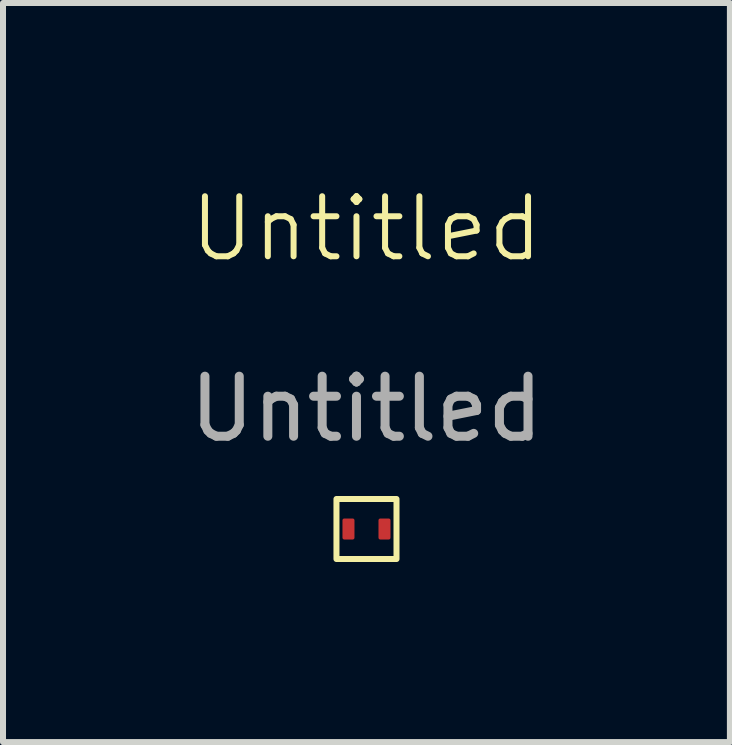
<source format=kicad_pcb>
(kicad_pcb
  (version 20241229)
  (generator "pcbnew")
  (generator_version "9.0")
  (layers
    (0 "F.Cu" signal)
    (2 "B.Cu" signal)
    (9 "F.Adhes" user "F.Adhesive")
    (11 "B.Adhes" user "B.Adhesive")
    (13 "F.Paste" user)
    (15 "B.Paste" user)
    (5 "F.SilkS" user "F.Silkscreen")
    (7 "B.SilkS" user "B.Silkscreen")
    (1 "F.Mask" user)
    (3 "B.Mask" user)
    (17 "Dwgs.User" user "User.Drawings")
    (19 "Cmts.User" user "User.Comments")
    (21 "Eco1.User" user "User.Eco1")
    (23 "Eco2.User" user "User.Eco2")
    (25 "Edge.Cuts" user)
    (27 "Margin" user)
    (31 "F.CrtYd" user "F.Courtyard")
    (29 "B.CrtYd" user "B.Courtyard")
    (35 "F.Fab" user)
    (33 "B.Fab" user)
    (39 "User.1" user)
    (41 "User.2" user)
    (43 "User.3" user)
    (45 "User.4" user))
  (footprint "Untitled"
    (layer "F.Cu")
    (at 3.054 5.761)
    (property "Reference" "Untitled" (at 0 -5 0) (unlocked yes) (layer "F.SilkS") (effects (font (size 1 1) (thickness 0.1))))
    (attr smd)
    (fp_rect (start -0.5 -0.5) (end 0.5 0.5) (stroke (width 0.1) (type default)) (fill no) (layer "F.SilkS"))
    (fp_text user "${REFERENCE}" (at 0 -2 0) (unlocked yes) (layer "F.Fab") (effects (font (size 1 1) (thickness 0.15))))
    (pad "1" smd roundrect (at -0.3 0) (size 0.2 0.35) (layers "F.Cu" "F.Mask" "F.Paste") (roundrect_rratio 0.15))
    (pad "2" smd roundrect (at 0.3 0) (size 0.2 0.35) (layers "F.Cu" "F.Mask" "F.Paste") (roundrect_rratio 0.15)))
  (gr_rect
    (start -3 -3)
    (end 9.107 9.31)
    (stroke (width 0.1) (type default))
    (fill no)
    (layer "Edge.Cuts")))
</source>
